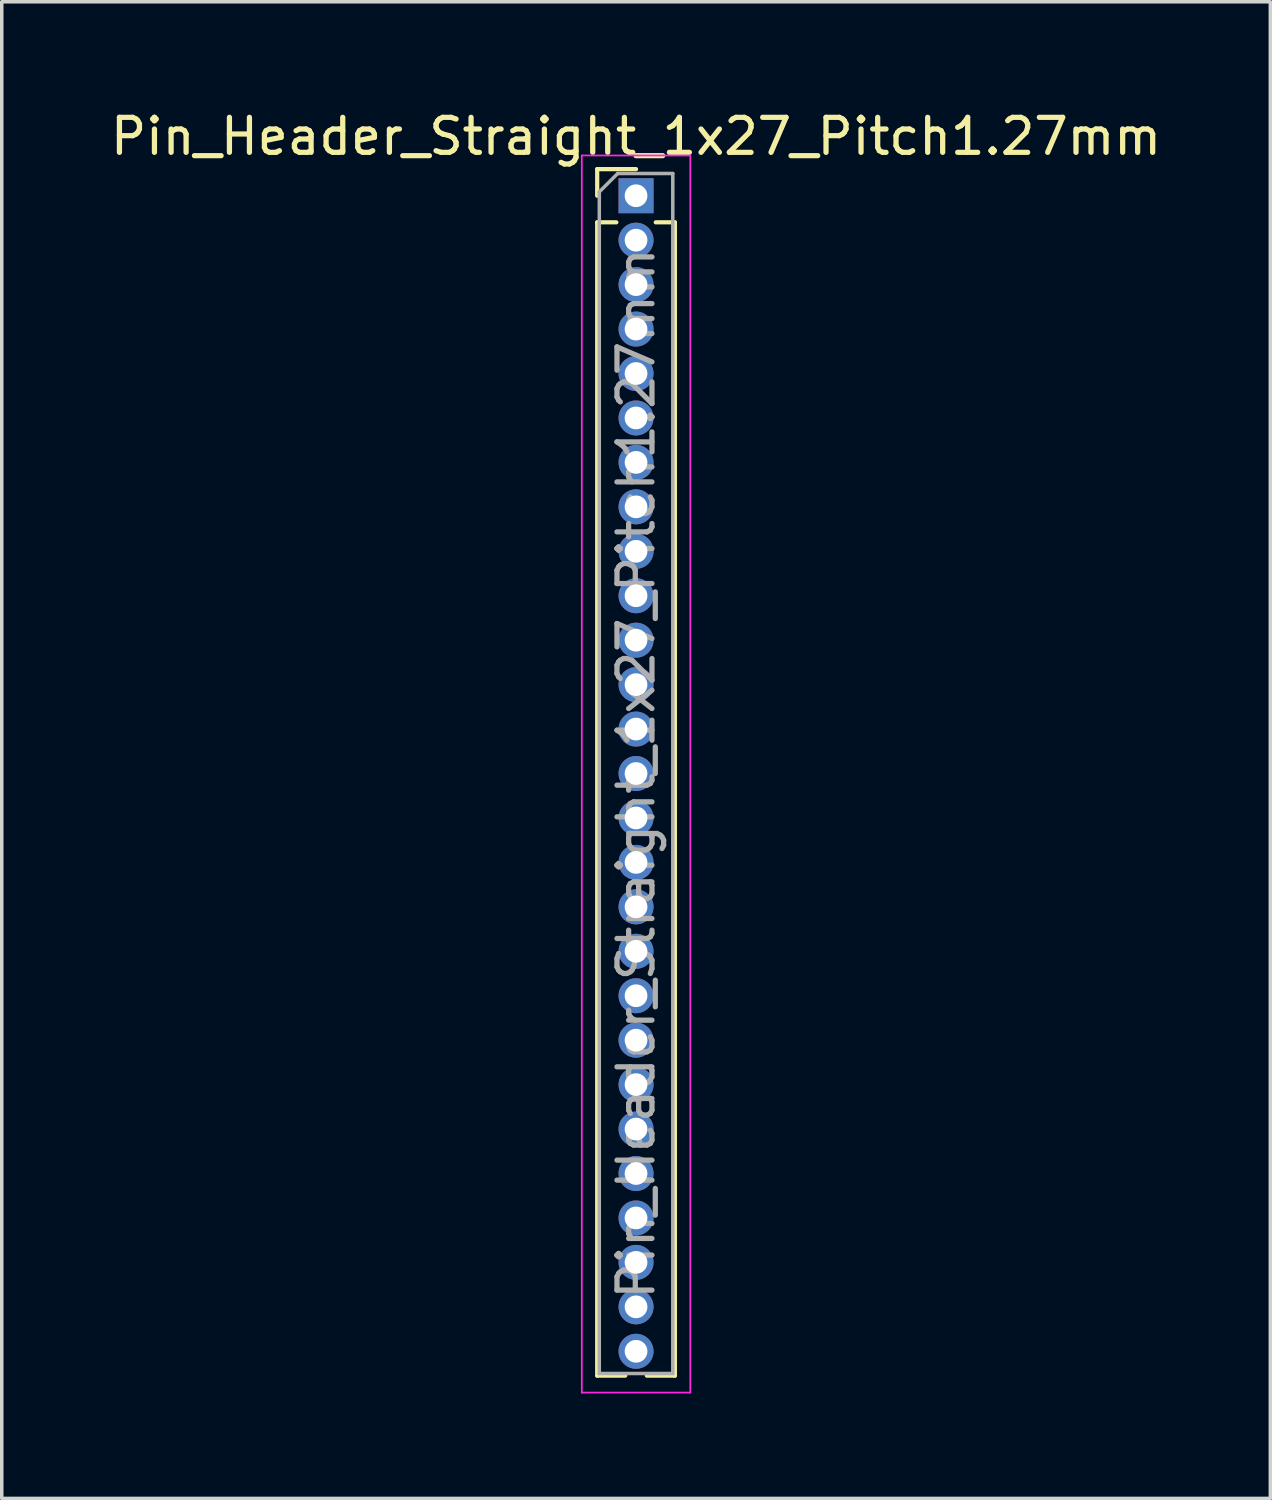
<source format=kicad_pcb>
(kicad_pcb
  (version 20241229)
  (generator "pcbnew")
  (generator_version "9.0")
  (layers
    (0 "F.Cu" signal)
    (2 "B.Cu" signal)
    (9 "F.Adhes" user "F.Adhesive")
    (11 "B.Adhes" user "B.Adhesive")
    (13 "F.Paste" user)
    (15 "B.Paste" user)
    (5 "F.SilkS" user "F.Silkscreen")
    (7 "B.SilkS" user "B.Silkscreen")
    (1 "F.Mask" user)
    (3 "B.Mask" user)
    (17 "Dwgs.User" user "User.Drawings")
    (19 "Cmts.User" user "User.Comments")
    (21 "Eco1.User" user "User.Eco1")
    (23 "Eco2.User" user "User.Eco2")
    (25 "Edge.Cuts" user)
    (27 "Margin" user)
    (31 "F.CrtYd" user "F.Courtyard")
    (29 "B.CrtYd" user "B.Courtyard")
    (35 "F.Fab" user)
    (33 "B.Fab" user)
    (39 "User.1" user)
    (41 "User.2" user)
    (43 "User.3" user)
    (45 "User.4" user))
  (footprint "Pin_Header_Straight_1x27_Pitch1.27mm"
    (layer "F.Cu")
    (at 15.125 2.543)
    (property "Reference" "Pin_Header_Straight_1x27_Pitch1.27mm" (at 0 -1.695 0) (layer "F.SilkS") (effects (font (size 1 1) (thickness 0.15))))
    (attr through_hole)
    (fp_line (start -1.11 -0.76) (end 0 -0.76) (stroke (width 0.12) (type solid)) (layer "F.SilkS"))
    (fp_line (start -1.11 0) (end -1.11 -0.76) (stroke (width 0.12) (type solid)) (layer "F.SilkS"))
    (fp_line (start -1.11 0.76) (end -1.11 33.715) (stroke (width 0.12) (type solid)) (layer "F.SilkS"))
    (fp_line (start -1.11 0.76) (end -0.563 0.76) (stroke (width 0.12) (type solid)) (layer "F.SilkS"))
    (fp_line (start -1.11 33.715) (end -0.308 33.715) (stroke (width 0.12) (type solid)) (layer "F.SilkS"))
    (fp_line (start 0.308 33.715) (end 1.11 33.715) (stroke (width 0.12) (type solid)) (layer "F.SilkS"))
    (fp_line (start 0.563 0.76) (end 1.11 0.76) (stroke (width 0.12) (type solid)) (layer "F.SilkS"))
    (fp_line (start 1.11 0.76) (end 1.11 33.715) (stroke (width 0.12) (type solid)) (layer "F.SilkS"))
    (fp_line (start -1.55 -1.15) (end -1.55 34.2) (stroke (width 0.05) (type solid)) (layer "F.CrtYd"))
    (fp_line (start -1.55 34.2) (end 1.55 34.2) (stroke (width 0.05) (type solid)) (layer "F.CrtYd"))
    (fp_line (start 1.55 -1.15) (end -1.55 -1.15) (stroke (width 0.05) (type solid)) (layer "F.CrtYd"))
    (fp_line (start 1.55 34.2) (end 1.55 -1.15) (stroke (width 0.05) (type solid)) (layer "F.CrtYd"))
    (fp_line (start -1.05 -0.11) (end -0.525 -0.635) (stroke (width 0.1) (type solid)) (layer "F.Fab"))
    (fp_line (start -1.05 33.655) (end -1.05 -0.11) (stroke (width 0.1) (type solid)) (layer "F.Fab"))
    (fp_line (start -0.525 -0.635) (end 1.05 -0.635) (stroke (width 0.1) (type solid)) (layer "F.Fab"))
    (fp_line (start 1.05 -0.635) (end 1.05 33.655) (stroke (width 0.1) (type solid)) (layer "F.Fab"))
    (fp_line (start 1.05 33.655) (end -1.05 33.655) (stroke (width 0.1) (type solid)) (layer "F.Fab"))
    (fp_text user "${REFERENCE}" (at 0 16.51 90) (layer "F.Fab") (effects (font (size 1 1) (thickness 0.15))))
    (pad "1" thru_hole rect (at 0 0) (size 1 1) (drill 0.65) (layers "*.Cu" "*.Mask"))
    (pad "2" thru_hole oval (at 0 1.27) (size 1 1) (drill 0.65) (layers "*.Cu" "*.Mask"))
    (pad "3" thru_hole oval (at 0 2.54) (size 1 1) (drill 0.65) (layers "*.Cu" "*.Mask"))
    (pad "4" thru_hole oval (at 0 3.81) (size 1 1) (drill 0.65) (layers "*.Cu" "*.Mask"))
    (pad "5" thru_hole oval (at 0 5.08) (size 1 1) (drill 0.65) (layers "*.Cu" "*.Mask"))
    (pad "6" thru_hole oval (at 0 6.35) (size 1 1) (drill 0.65) (layers "*.Cu" "*.Mask"))
    (pad "7" thru_hole oval (at 0 7.62) (size 1 1) (drill 0.65) (layers "*.Cu" "*.Mask"))
    (pad "8" thru_hole oval (at 0 8.89) (size 1 1) (drill 0.65) (layers "*.Cu" "*.Mask"))
    (pad "9" thru_hole oval (at 0 10.16) (size 1 1) (drill 0.65) (layers "*.Cu" "*.Mask"))
    (pad "10" thru_hole oval (at 0 11.43) (size 1 1) (drill 0.65) (layers "*.Cu" "*.Mask"))
    (pad "11" thru_hole oval (at 0 12.7) (size 1 1) (drill 0.65) (layers "*.Cu" "*.Mask"))
    (pad "12" thru_hole oval (at 0 13.97) (size 1 1) (drill 0.65) (layers "*.Cu" "*.Mask"))
    (pad "13" thru_hole oval (at 0 15.24) (size 1 1) (drill 0.65) (layers "*.Cu" "*.Mask"))
    (pad "14" thru_hole oval (at 0 16.51) (size 1 1) (drill 0.65) (layers "*.Cu" "*.Mask"))
    (pad "15" thru_hole oval (at 0 17.78) (size 1 1) (drill 0.65) (layers "*.Cu" "*.Mask"))
    (pad "16" thru_hole oval (at 0 19.05) (size 1 1) (drill 0.65) (layers "*.Cu" "*.Mask"))
    (pad "17" thru_hole oval (at 0 20.32) (size 1 1) (drill 0.65) (layers "*.Cu" "*.Mask"))
    (pad "18" thru_hole oval (at 0 21.59) (size 1 1) (drill 0.65) (layers "*.Cu" "*.Mask"))
    (pad "19" thru_hole oval (at 0 22.86) (size 1 1) (drill 0.65) (layers "*.Cu" "*.Mask"))
    (pad "20" thru_hole oval (at 0 24.13) (size 1 1) (drill 0.65) (layers "*.Cu" "*.Mask"))
    (pad "21" thru_hole oval (at 0 25.4) (size 1 1) (drill 0.65) (layers "*.Cu" "*.Mask"))
    (pad "22" thru_hole oval (at 0 26.67) (size 1 1) (drill 0.65) (layers "*.Cu" "*.Mask"))
    (pad "23" thru_hole oval (at 0 27.94) (size 1 1) (drill 0.65) (layers "*.Cu" "*.Mask"))
    (pad "24" thru_hole oval (at 0 29.21) (size 1 1) (drill 0.65) (layers "*.Cu" "*.Mask"))
    (pad "25" thru_hole oval (at 0 30.48) (size 1 1) (drill 0.65) (layers "*.Cu" "*.Mask"))
    (pad "26" thru_hole oval (at 0 31.75) (size 1 1) (drill 0.65) (layers "*.Cu" "*.Mask"))
    (pad "27" thru_hole oval (at 0 33.02) (size 1 1) (drill 0.65) (layers "*.Cu" "*.Mask")))
  (gr_rect
    (start -3 -3)
    (end 33.25 39.768)
    (stroke (width 0.1) (type default))
    (fill no)
    (layer "Edge.Cuts")))
</source>
